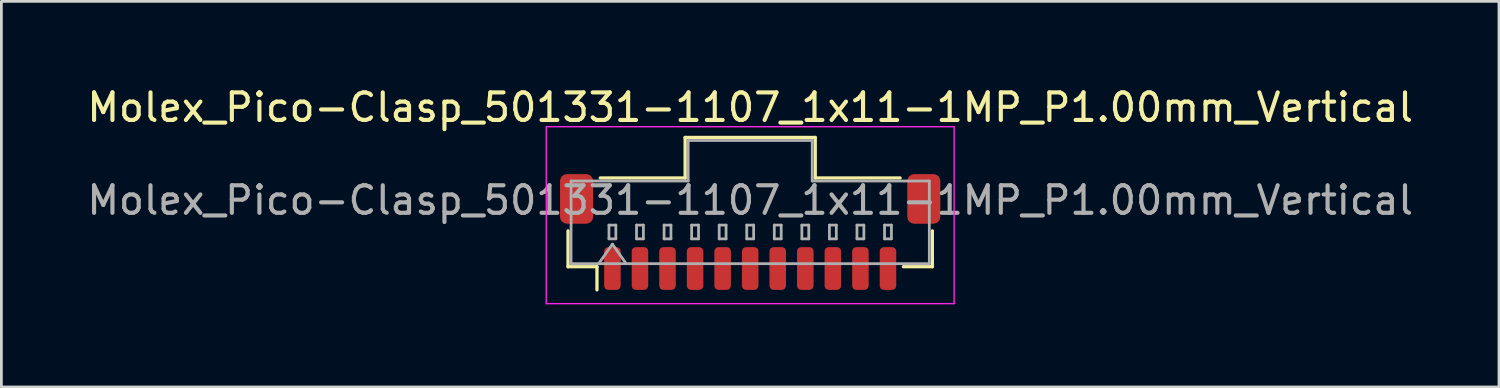
<source format=kicad_pcb>
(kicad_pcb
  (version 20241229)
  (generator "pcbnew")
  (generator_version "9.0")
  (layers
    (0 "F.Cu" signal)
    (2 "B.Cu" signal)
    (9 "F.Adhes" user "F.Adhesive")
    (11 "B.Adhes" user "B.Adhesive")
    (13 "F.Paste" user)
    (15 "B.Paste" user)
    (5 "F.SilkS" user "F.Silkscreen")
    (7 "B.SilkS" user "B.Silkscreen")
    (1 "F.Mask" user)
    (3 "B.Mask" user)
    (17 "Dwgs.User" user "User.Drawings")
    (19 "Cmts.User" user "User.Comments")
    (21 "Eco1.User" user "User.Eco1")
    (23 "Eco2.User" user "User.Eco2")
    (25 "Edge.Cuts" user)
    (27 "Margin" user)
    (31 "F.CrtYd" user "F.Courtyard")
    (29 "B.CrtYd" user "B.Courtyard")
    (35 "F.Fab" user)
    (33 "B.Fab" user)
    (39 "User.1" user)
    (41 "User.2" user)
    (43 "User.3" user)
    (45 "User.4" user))
  (footprint "Molex_Pico-Clasp_501331-1107_1x11-1MP_P1.00mm_Vertical"
    (layer "F.Cu")
    (at 24.173 5.368)
    (property "Reference" "Molex_Pico-Clasp_501331-1107_1x11-1MP_P1.00mm_Vertical" (at 0 -4.52 0) (layer "F.SilkS") (effects (font (size 1 1) (thickness 0.15))))
    (attr smd)
    (fp_line (start -6.61 -0.04) (end -6.61 1.26) (stroke (width 0.12) (type solid)) (layer "F.SilkS"))
    (fp_line (start -6.61 1.26) (end -5.56 1.26) (stroke (width 0.12) (type solid)) (layer "F.SilkS"))
    (fp_line (start -5.56 1.26) (end -5.56 2.1) (stroke (width 0.12) (type solid)) (layer "F.SilkS"))
    (fp_line (start -5.44 -1.96) (end -2.36 -1.96) (stroke (width 0.12) (type solid)) (layer "F.SilkS"))
    (fp_line (start -2.36 -3.43) (end 2.36 -3.43) (stroke (width 0.12) (type solid)) (layer "F.SilkS"))
    (fp_line (start -2.36 -1.96) (end -2.36 -3.43) (stroke (width 0.12) (type solid)) (layer "F.SilkS"))
    (fp_line (start 2.36 -3.43) (end 2.36 -1.96) (stroke (width 0.12) (type solid)) (layer "F.SilkS"))
    (fp_line (start 2.36 -1.96) (end 5.44 -1.96) (stroke (width 0.12) (type solid)) (layer "F.SilkS"))
    (fp_line (start 6.61 -0.04) (end 6.61 1.26) (stroke (width 0.12) (type solid)) (layer "F.SilkS"))
    (fp_line (start 6.61 1.26) (end 5.56 1.26) (stroke (width 0.12) (type solid)) (layer "F.SilkS"))
    (fp_line (start -7.4 -3.82) (end -7.4 2.6) (stroke (width 0.05) (type solid)) (layer "F.CrtYd"))
    (fp_line (start -7.4 2.6) (end 7.4 2.6) (stroke (width 0.05) (type solid)) (layer "F.CrtYd"))
    (fp_line (start 7.4 -3.82) (end -7.4 -3.82) (stroke (width 0.05) (type solid)) (layer "F.CrtYd"))
    (fp_line (start 7.4 2.6) (end 7.4 -3.82) (stroke (width 0.05) (type solid)) (layer "F.CrtYd"))
    (fp_line (start -6.5 -1.85) (end -2.25 -1.85) (stroke (width 0.1) (type solid)) (layer "F.Fab"))
    (fp_line (start -6.5 1.15) (end -6.5 -1.85) (stroke (width 0.1) (type solid)) (layer "F.Fab"))
    (fp_line (start -6.5 1.15) (end 6.5 1.15) (stroke (width 0.1) (type solid)) (layer "F.Fab"))
    (fp_line (start -5.5 1.15) (end -5 0.443) (stroke (width 0.1) (type solid)) (layer "F.Fab"))
    (fp_line (start -5.125 -0.25) (end -5.125 0.25) (stroke (width 0.1) (type solid)) (layer "F.Fab"))
    (fp_line (start -5.125 0.25) (end -4.875 0.25) (stroke (width 0.1) (type solid)) (layer "F.Fab"))
    (fp_line (start -5 0.443) (end -4.5 1.15) (stroke (width 0.1) (type solid)) (layer "F.Fab"))
    (fp_line (start -4.875 -0.25) (end -5.125 -0.25) (stroke (width 0.1) (type solid)) (layer "F.Fab"))
    (fp_line (start -4.875 0.25) (end -4.875 -0.25) (stroke (width 0.1) (type solid)) (layer "F.Fab"))
    (fp_line (start -4.125 -0.25) (end -4.125 0.25) (stroke (width 0.1) (type solid)) (layer "F.Fab"))
    (fp_line (start -4.125 0.25) (end -3.875 0.25) (stroke (width 0.1) (type solid)) (layer "F.Fab"))
    (fp_line (start -3.875 -0.25) (end -4.125 -0.25) (stroke (width 0.1) (type solid)) (layer "F.Fab"))
    (fp_line (start -3.875 0.25) (end -3.875 -0.25) (stroke (width 0.1) (type solid)) (layer "F.Fab"))
    (fp_line (start -3.125 -0.25) (end -3.125 0.25) (stroke (width 0.1) (type solid)) (layer "F.Fab"))
    (fp_line (start -3.125 0.25) (end -2.875 0.25) (stroke (width 0.1) (type solid)) (layer "F.Fab"))
    (fp_line (start -2.875 -0.25) (end -3.125 -0.25) (stroke (width 0.1) (type solid)) (layer "F.Fab"))
    (fp_line (start -2.875 0.25) (end -2.875 -0.25) (stroke (width 0.1) (type solid)) (layer "F.Fab"))
    (fp_line (start -2.25 -3.32) (end 2.25 -3.32) (stroke (width 0.1) (type solid)) (layer "F.Fab"))
    (fp_line (start -2.25 -1.85) (end -2.25 -3.32) (stroke (width 0.1) (type solid)) (layer "F.Fab"))
    (fp_line (start -2.125 -0.25) (end -2.125 0.25) (stroke (width 0.1) (type solid)) (layer "F.Fab"))
    (fp_line (start -2.125 0.25) (end -1.875 0.25) (stroke (width 0.1) (type solid)) (layer "F.Fab"))
    (fp_line (start -1.875 -0.25) (end -2.125 -0.25) (stroke (width 0.1) (type solid)) (layer "F.Fab"))
    (fp_line (start -1.875 0.25) (end -1.875 -0.25) (stroke (width 0.1) (type solid)) (layer "F.Fab"))
    (fp_line (start -1.125 -0.25) (end -1.125 0.25) (stroke (width 0.1) (type solid)) (layer "F.Fab"))
    (fp_line (start -1.125 0.25) (end -0.875 0.25) (stroke (width 0.1) (type solid)) (layer "F.Fab"))
    (fp_line (start -0.875 -0.25) (end -1.125 -0.25) (stroke (width 0.1) (type solid)) (layer "F.Fab"))
    (fp_line (start -0.875 0.25) (end -0.875 -0.25) (stroke (width 0.1) (type solid)) (layer "F.Fab"))
    (fp_line (start -0.125 -0.25) (end -0.125 0.25) (stroke (width 0.1) (type solid)) (layer "F.Fab"))
    (fp_line (start -0.125 0.25) (end 0.125 0.25) (stroke (width 0.1) (type solid)) (layer "F.Fab"))
    (fp_line (start 0.125 -0.25) (end -0.125 -0.25) (stroke (width 0.1) (type solid)) (layer "F.Fab"))
    (fp_line (start 0.125 0.25) (end 0.125 -0.25) (stroke (width 0.1) (type solid)) (layer "F.Fab"))
    (fp_line (start 0.875 -0.25) (end 0.875 0.25) (stroke (width 0.1) (type solid)) (layer "F.Fab"))
    (fp_line (start 0.875 0.25) (end 1.125 0.25) (stroke (width 0.1) (type solid)) (layer "F.Fab"))
    (fp_line (start 1.125 -0.25) (end 0.875 -0.25) (stroke (width 0.1) (type solid)) (layer "F.Fab"))
    (fp_line (start 1.125 0.25) (end 1.125 -0.25) (stroke (width 0.1) (type solid)) (layer "F.Fab"))
    (fp_line (start 1.875 -0.25) (end 1.875 0.25) (stroke (width 0.1) (type solid)) (layer "F.Fab"))
    (fp_line (start 1.875 0.25) (end 2.125 0.25) (stroke (width 0.1) (type solid)) (layer "F.Fab"))
    (fp_line (start 2.125 -0.25) (end 1.875 -0.25) (stroke (width 0.1) (type solid)) (layer "F.Fab"))
    (fp_line (start 2.125 0.25) (end 2.125 -0.25) (stroke (width 0.1) (type solid)) (layer "F.Fab"))
    (fp_line (start 2.25 -3.32) (end 2.25 -1.85) (stroke (width 0.1) (type solid)) (layer "F.Fab"))
    (fp_line (start 2.25 -1.85) (end 6.5 -1.85) (stroke (width 0.1) (type solid)) (layer "F.Fab"))
    (fp_line (start 2.875 -0.25) (end 2.875 0.25) (stroke (width 0.1) (type solid)) (layer "F.Fab"))
    (fp_line (start 2.875 0.25) (end 3.125 0.25) (stroke (width 0.1) (type solid)) (layer "F.Fab"))
    (fp_line (start 3.125 -0.25) (end 2.875 -0.25) (stroke (width 0.1) (type solid)) (layer "F.Fab"))
    (fp_line (start 3.125 0.25) (end 3.125 -0.25) (stroke (width 0.1) (type solid)) (layer "F.Fab"))
    (fp_line (start 3.875 -0.25) (end 3.875 0.25) (stroke (width 0.1) (type solid)) (layer "F.Fab"))
    (fp_line (start 3.875 0.25) (end 4.125 0.25) (stroke (width 0.1) (type solid)) (layer "F.Fab"))
    (fp_line (start 4.125 -0.25) (end 3.875 -0.25) (stroke (width 0.1) (type solid)) (layer "F.Fab"))
    (fp_line (start 4.125 0.25) (end 4.125 -0.25) (stroke (width 0.1) (type solid)) (layer "F.Fab"))
    (fp_line (start 4.875 -0.25) (end 4.875 0.25) (stroke (width 0.1) (type solid)) (layer "F.Fab"))
    (fp_line (start 4.875 0.25) (end 5.125 0.25) (stroke (width 0.1) (type solid)) (layer "F.Fab"))
    (fp_line (start 5.125 -0.25) (end 4.875 -0.25) (stroke (width 0.1) (type solid)) (layer "F.Fab"))
    (fp_line (start 5.125 0.25) (end 5.125 -0.25) (stroke (width 0.1) (type solid)) (layer "F.Fab"))
    (fp_line (start 6.5 1.15) (end 6.5 -1.85) (stroke (width 0.1) (type solid)) (layer "F.Fab"))
    (fp_text user "${REFERENCE}" (at 0 -1.15 0) (layer "F.Fab") (effects (font (size 1 1) (thickness 0.15))))
    (pad "1" smd roundrect (at -5 1.325) (size 0.6 1.55) (layers "F.Cu" "F.Mask" "F.Paste") (roundrect_rratio 0.25))
    (pad "2" smd roundrect (at -4 1.325) (size 0.6 1.55) (layers "F.Cu" "F.Mask" "F.Paste") (roundrect_rratio 0.25))
    (pad "3" smd roundrect (at -3 1.325) (size 0.6 1.55) (layers "F.Cu" "F.Mask" "F.Paste") (roundrect_rratio 0.25))
    (pad "4" smd roundrect (at -2 1.325) (size 0.6 1.55) (layers "F.Cu" "F.Mask" "F.Paste") (roundrect_rratio 0.25))
    (pad "5" smd roundrect (at -1 1.325) (size 0.6 1.55) (layers "F.Cu" "F.Mask" "F.Paste") (roundrect_rratio 0.25))
    (pad "6" smd roundrect (at 0 1.325) (size 0.6 1.55) (layers "F.Cu" "F.Mask" "F.Paste") (roundrect_rratio 0.25))
    (pad "7" smd roundrect (at 1 1.325) (size 0.6 1.55) (layers "F.Cu" "F.Mask" "F.Paste") (roundrect_rratio 0.25))
    (pad "8" smd roundrect (at 2 1.325) (size 0.6 1.55) (layers "F.Cu" "F.Mask" "F.Paste") (roundrect_rratio 0.25))
    (pad "9" smd roundrect (at 3 1.325) (size 0.6 1.55) (layers "F.Cu" "F.Mask" "F.Paste") (roundrect_rratio 0.25))
    (pad "10" smd roundrect (at 4 1.325) (size 0.6 1.55) (layers "F.Cu" "F.Mask" "F.Paste") (roundrect_rratio 0.25))
    (pad "11" smd roundrect (at 5 1.325) (size 0.6 1.55) (layers "F.Cu" "F.Mask" "F.Paste") (roundrect_rratio 0.25))
    (pad "MP" smd roundrect (at -6.3 -1.2) (size 1.2 1.8) (layers "F.Cu" "F.Mask" "F.Paste") (roundrect_rratio 0.208))
    (pad "MP" smd roundrect (at 6.3 -1.2) (size 1.2 1.8) (layers "F.Cu" "F.Mask" "F.Paste") (roundrect_rratio 0.208)))
  (gr_rect
    (start -3 -3)
    (end 51.345 10.993)
    (stroke (width 0.1) (type default))
    (fill no)
    (layer "Edge.Cuts")))
</source>
